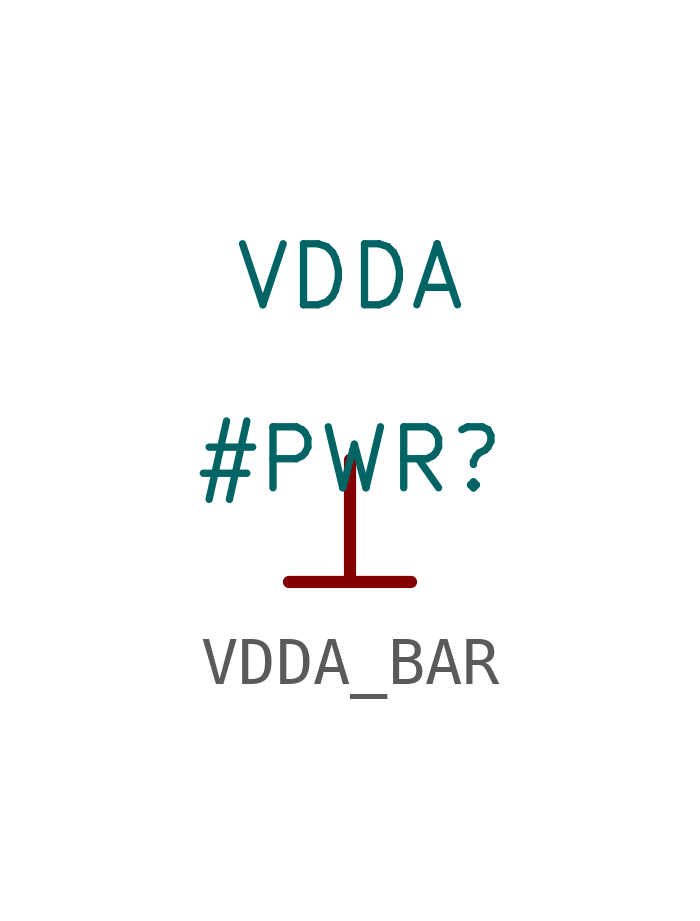
<source format=kicad_sym>
(kicad_symbol_lib
  (version 20231120)
  (generator "kicad_symbol_editor")
  (generator_version "8.0")
  (symbol "VDDA_BAR"
    (power)
    (property "Reference" "#PWR"
      (at 0 0 0)
      (effects (font (size 1.27 1.27))))
    (property "Value" "VDDA"
      (at 0 3.81 0)
      (effects (font (size 1.27 1.27))))
    (symbol "VDDA_BAR_0_0"
      (polyline (pts (xy -1.27 -2.54) (xy 1.27 -2.54)) (stroke (width 0.254) (type solid)) (fill (type none)))
      (polyline (pts (xy 0 0) (xy 0 -2.54)) (stroke (width 0.254) (type solid)) (fill (type none)))
      (pin power_in line (at 0 0 0) (length 0) hide (name "VDDA" (effects (font (size 1.27 1.27)))) (number "" (effects (font (size 1.27 1.27))))))))
</source>
